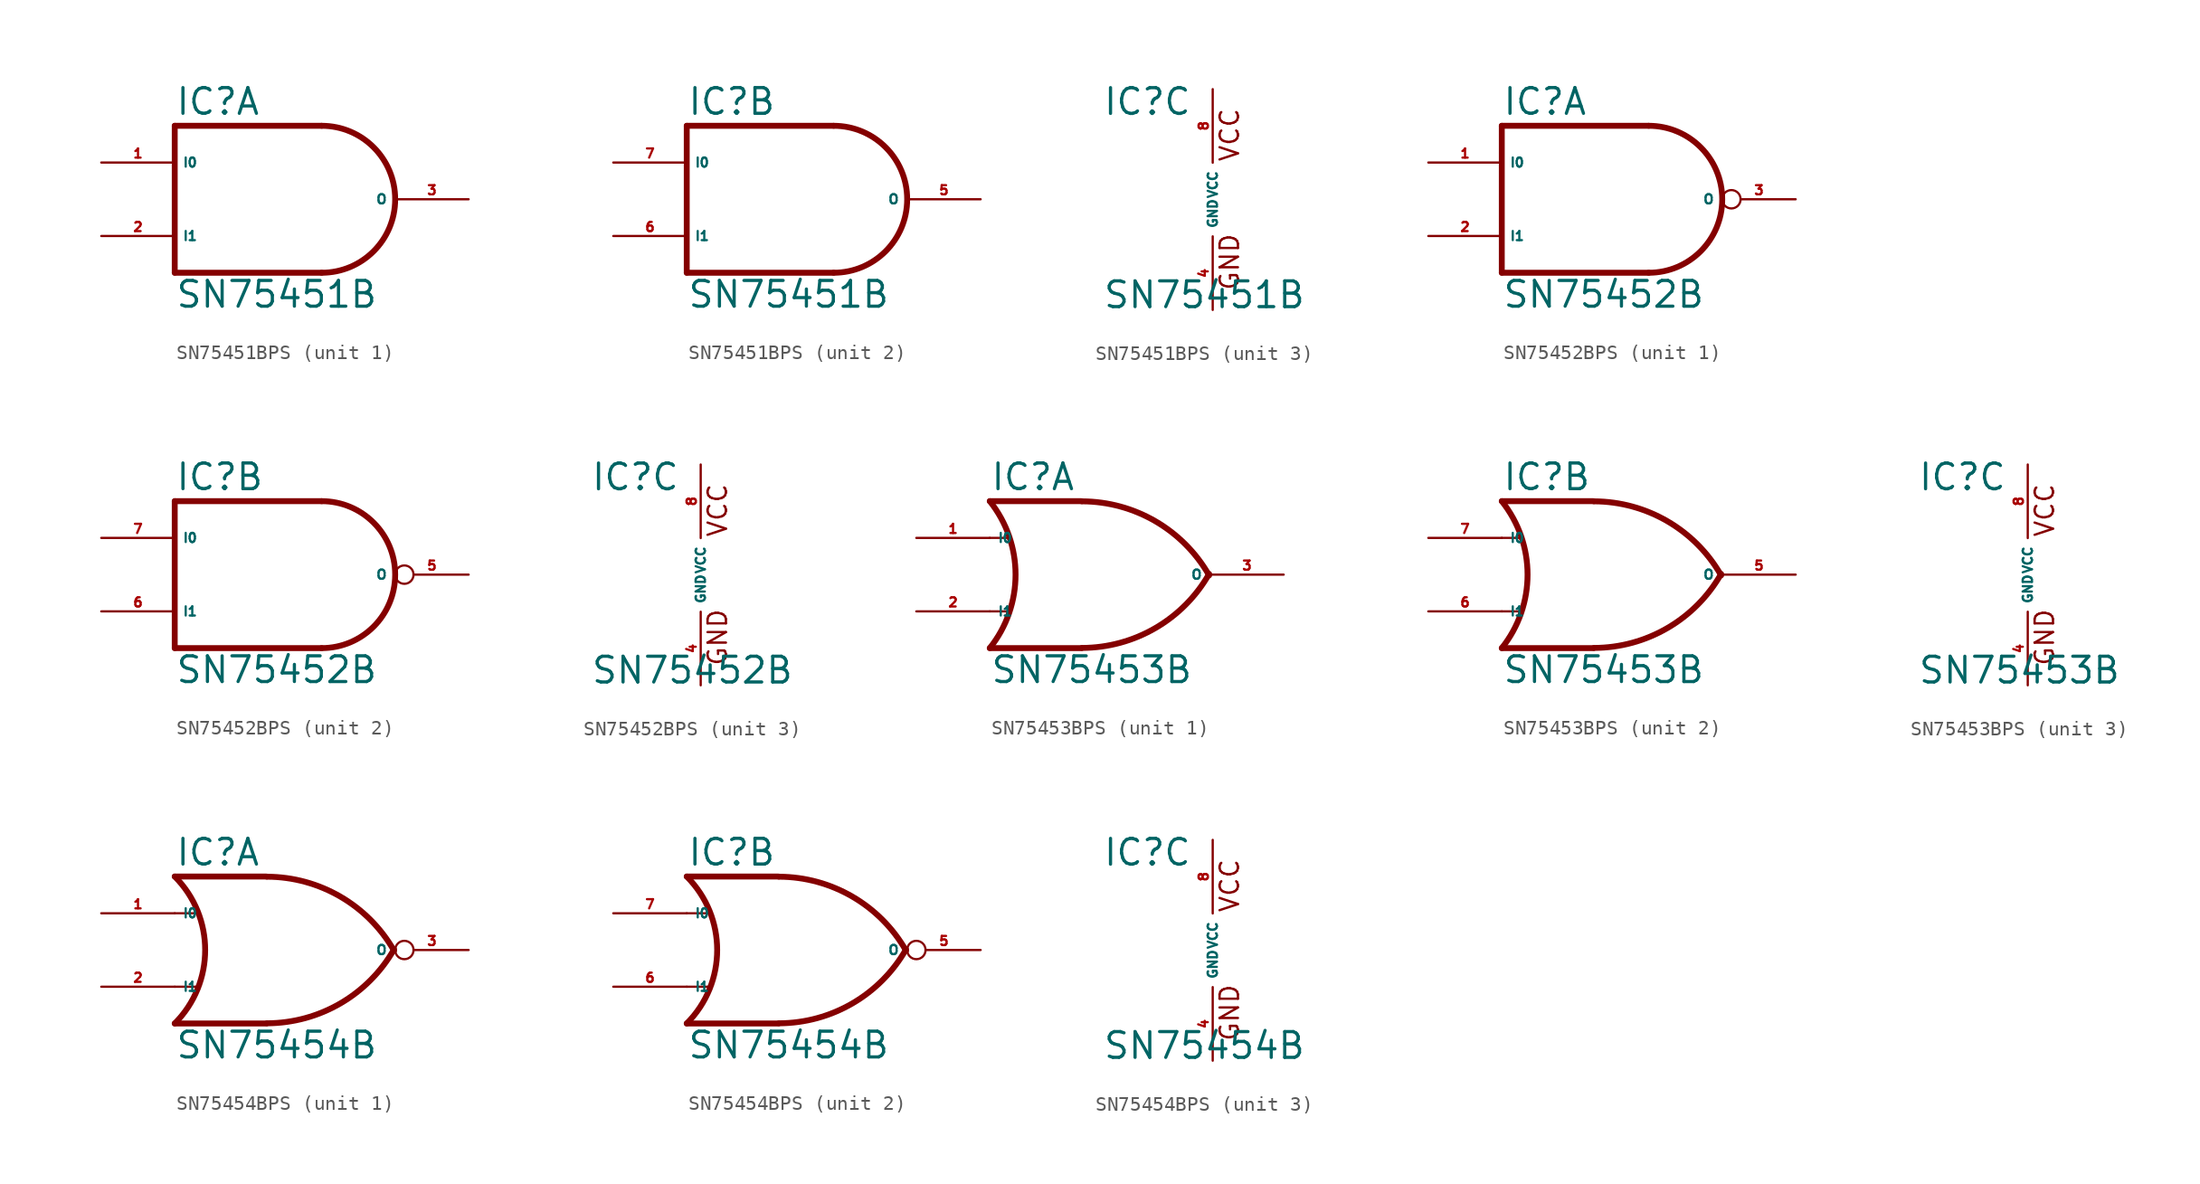
<source format=kicad_sym>
(kicad_symbol_lib
  (version 20220914)
  (generator Eagle2Kicad)
  (symbol "SN75451BPS"
    (property "Reference" "IC"
      (at -7.62 5.715 0)
      (effects (font (size 1.778 1.778) (thickness 0.22)) (justify left bottom)))
    (property "Value" "SN75451B"
      (at -7.62 -7.62 0)
      (effects (font (size 1.778 1.778) (thickness 0.22)) (justify left bottom)))
    (symbol "SN75451BPS_1_0"
      (polyline (pts (xy -7.62 5.08) (xy -7.62 -5.08)) (stroke (width 0.406) (type default)) (fill (type none)))
      (polyline (pts (xy -7.62 -5.08) (xy 2.54 -5.08)) (stroke (width 0.406) (type default)) (fill (type none)))
      (arc (start 2.54 -5.08) (mid 7.620 0.000) (end 2.54 5.08) (stroke (width 0.4064) (type default)) (fill (type none)))
      (polyline (pts (xy 2.54 5.08) (xy -7.62 5.08)) (stroke (width 0.406) (type default)) (fill (type none)))
      (pin input line (at -12.7 2.54 0) (length 5.08) (name "I0" (effects (font (size 0.635 0.635) (thickness 0.08)) (justify left bottom))) (number "1" (effects (font (size 0.635 0.635) (thickness 0.08)) (justify left bottom))))
      (pin input line (at -12.7 -2.54 0) (length 5.08) (name "I1" (effects (font (size 0.635 0.635) (thickness 0.08)) (justify left bottom))) (number "2" (effects (font (size 0.635 0.635) (thickness 0.08)) (justify left bottom))))
      (pin output line (at 12.7 0 180) (length 5.08) (name "O" (effects (font (size 0.635 0.635) (thickness 0.08)) (justify left bottom))) (number "3" (effects (font (size 0.635 0.635) (thickness 0.08)) (justify left bottom)))))
    (symbol "SN75451BPS_2_0"
      (polyline (pts (xy -7.62 5.08) (xy -7.62 -5.08)) (stroke (width 0.406) (type default)) (fill (type none)))
      (polyline (pts (xy -7.62 -5.08) (xy 2.54 -5.08)) (stroke (width 0.406) (type default)) (fill (type none)))
      (arc (start 2.54 -5.08) (mid 7.620 0.000) (end 2.54 5.08) (stroke (width 0.4064) (type default)) (fill (type none)))
      (polyline (pts (xy 2.54 5.08) (xy -7.62 5.08)) (stroke (width 0.406) (type default)) (fill (type none)))
      (pin input line (at -12.7 2.54 0) (length 5.08) (name "I0" (effects (font (size 0.635 0.635) (thickness 0.08)) (justify left bottom))) (number "7" (effects (font (size 0.635 0.635) (thickness 0.08)) (justify left bottom))))
      (pin input line (at -12.7 -2.54 0) (length 5.08) (name "I1" (effects (font (size 0.635 0.635) (thickness 0.08)) (justify left bottom))) (number "6" (effects (font (size 0.635 0.635) (thickness 0.08)) (justify left bottom))))
      (pin output line (at 12.7 0 180) (length 5.08) (name "O" (effects (font (size 0.635 0.635) (thickness 0.08)) (justify left bottom))) (number "5" (effects (font (size 0.635 0.635) (thickness 0.08)) (justify left bottom)))))
    (symbol "SN75451BPS_3_0"
      (text "GND" (at 1.905 -6.35 900) (effects (font (size 1.27 1.27) (thickness 0.16)) (justify left bottom)))
      (text "VCC" (at 1.905 2.54 900) (effects (font (size 1.27 1.27) (thickness 0.16)) (justify left bottom)))
      (pin unspecified line (at 0 -7.62 90) (length 5.08) (name "GND" (effects (font (size 0.635 0.635) (thickness 0.08)) (justify left bottom))) (number "4" (effects (font (size 0.635 0.635) (thickness 0.08)) (justify left bottom))))
      (pin unspecified line (at 0 7.62 270) (length 5.08) (name "VCC" (effects (font (size 0.635 0.635) (thickness 0.08)) (justify left bottom))) (number "8" (effects (font (size 0.635 0.635) (thickness 0.08)) (justify left bottom))))))
  (symbol "SN75452BPS"
    (property "Reference" "IC"
      (at -7.62 5.715 0)
      (effects (font (size 1.778 1.778) (thickness 0.22)) (justify left bottom)))
    (property "Value" "SN75452B"
      (at -7.62 -7.62 0)
      (effects (font (size 1.778 1.778) (thickness 0.22)) (justify left bottom)))
    (symbol "SN75452BPS_1_0"
      (polyline (pts (xy -7.62 5.08) (xy -7.62 -5.08)) (stroke (width 0.406) (type default)) (fill (type none)))
      (polyline (pts (xy -7.62 -5.08) (xy 2.54 -5.08)) (stroke (width 0.406) (type default)) (fill (type none)))
      (polyline (pts (xy 2.54 5.08) (xy -7.62 5.08)) (stroke (width 0.406) (type default)) (fill (type none)))
      (arc (start 2.54 -5.08) (mid 7.620 0.000) (end 2.54 5.08) (stroke (width 0.4064) (type default)) (fill (type none)))
      (pin input line (at -12.7 2.54 0) (length 5.08) (name "I0" (effects (font (size 0.635 0.635) (thickness 0.08)) (justify left bottom))) (number "1" (effects (font (size 0.635 0.635) (thickness 0.08)) (justify left bottom))))
      (pin input line (at -12.7 -2.54 0) (length 5.08) (name "I1" (effects (font (size 0.635 0.635) (thickness 0.08)) (justify left bottom))) (number "2" (effects (font (size 0.635 0.635) (thickness 0.08)) (justify left bottom))))
      (pin output inverted (at 12.7 0 180) (length 5.08) (name "O" (effects (font (size 0.635 0.635) (thickness 0.08)) (justify left bottom))) (number "3" (effects (font (size 0.635 0.635) (thickness 0.08)) (justify left bottom)))))
    (symbol "SN75452BPS_2_0"
      (polyline (pts (xy -7.62 5.08) (xy -7.62 -5.08)) (stroke (width 0.406) (type default)) (fill (type none)))
      (polyline (pts (xy -7.62 -5.08) (xy 2.54 -5.08)) (stroke (width 0.406) (type default)) (fill (type none)))
      (polyline (pts (xy 2.54 5.08) (xy -7.62 5.08)) (stroke (width 0.406) (type default)) (fill (type none)))
      (arc (start 2.54 -5.08) (mid 7.620 0.000) (end 2.54 5.08) (stroke (width 0.4064) (type default)) (fill (type none)))
      (pin input line (at -12.7 2.54 0) (length 5.08) (name "I0" (effects (font (size 0.635 0.635) (thickness 0.08)) (justify left bottom))) (number "7" (effects (font (size 0.635 0.635) (thickness 0.08)) (justify left bottom))))
      (pin input line (at -12.7 -2.54 0) (length 5.08) (name "I1" (effects (font (size 0.635 0.635) (thickness 0.08)) (justify left bottom))) (number "6" (effects (font (size 0.635 0.635) (thickness 0.08)) (justify left bottom))))
      (pin output inverted (at 12.7 0 180) (length 5.08) (name "O" (effects (font (size 0.635 0.635) (thickness 0.08)) (justify left bottom))) (number "5" (effects (font (size 0.635 0.635) (thickness 0.08)) (justify left bottom)))))
    (symbol "SN75452BPS_3_0"
      (text "GND" (at 1.905 -6.35 900) (effects (font (size 1.27 1.27) (thickness 0.16)) (justify left bottom)))
      (text "VCC" (at 1.905 2.54 900) (effects (font (size 1.27 1.27) (thickness 0.16)) (justify left bottom)))
      (pin unspecified line (at 0 -7.62 90) (length 5.08) (name "GND" (effects (font (size 0.635 0.635) (thickness 0.08)) (justify left bottom))) (number "4" (effects (font (size 0.635 0.635) (thickness 0.08)) (justify left bottom))))
      (pin unspecified line (at 0 7.62 270) (length 5.08) (name "VCC" (effects (font (size 0.635 0.635) (thickness 0.08)) (justify left bottom))) (number "8" (effects (font (size 0.635 0.635) (thickness 0.08)) (justify left bottom))))))
  (symbol "SN75453BPS"
    (property "Reference" "IC"
      (at -7.62 5.715 0)
      (effects (font (size 1.778 1.778) (thickness 0.22)) (justify left bottom)))
    (property "Value" "SN75453B"
      (at -7.62 -7.62 0)
      (effects (font (size 1.778 1.778) (thickness 0.22)) (justify left bottom)))
    (symbol "SN75453BPS_1_0"
      (polyline (pts (xy -1.27 5.08) (xy -7.62 5.08)) (stroke (width 0.406) (type default)) (fill (type none)))
      (polyline (pts (xy -1.27 -5.08) (xy -7.62 -5.08)) (stroke (width 0.406) (type default)) (fill (type none)))
      (polyline (pts (xy -7.62 2.54) (xy -6.35 2.54)) (stroke (width 0.152) (type default)) (fill (type none)))
      (polyline (pts (xy -7.62 -2.54) (xy -6.35 -2.54)) (stroke (width 0.152) (type default)) (fill (type none)))
      (arc (start -1.2446 -5.0678) (mid 3.837 -3.689) (end 7.5439 0.0507) (stroke (width 0.4064) (type default)) (fill (type none)))
      (arc (start 7.5442 -0.0505) (mid 3.837 3.689) (end -1.2446 5.0678) (stroke (width 0.4064) (type default)) (fill (type none)))
      (arc (start -7.62 -5.08) (mid -5.838 0.000) (end -7.62 5.08) (stroke (width 0.4064) (type default)) (fill (type none)))
      (pin input line (at -12.7 2.54 0) (length 5.08) (name "I0" (effects (font (size 0.635 0.635) (thickness 0.08)) (justify left bottom))) (number "1" (effects (font (size 0.635 0.635) (thickness 0.08)) (justify left bottom))))
      (pin input line (at -12.7 -2.54 0) (length 5.08) (name "I1" (effects (font (size 0.635 0.635) (thickness 0.08)) (justify left bottom))) (number "2" (effects (font (size 0.635 0.635) (thickness 0.08)) (justify left bottom))))
      (pin output line (at 12.7 0 180) (length 5.08) (name "O" (effects (font (size 0.635 0.635) (thickness 0.08)) (justify left bottom))) (number "3" (effects (font (size 0.635 0.635) (thickness 0.08)) (justify left bottom)))))
    (symbol "SN75453BPS_2_0"
      (polyline (pts (xy -1.27 5.08) (xy -7.62 5.08)) (stroke (width 0.406) (type default)) (fill (type none)))
      (polyline (pts (xy -1.27 -5.08) (xy -7.62 -5.08)) (stroke (width 0.406) (type default)) (fill (type none)))
      (polyline (pts (xy -7.62 2.54) (xy -6.35 2.54)) (stroke (width 0.152) (type default)) (fill (type none)))
      (polyline (pts (xy -7.62 -2.54) (xy -6.35 -2.54)) (stroke (width 0.152) (type default)) (fill (type none)))
      (arc (start -1.2446 -5.0678) (mid 3.837 -3.689) (end 7.5439 0.0507) (stroke (width 0.4064) (type default)) (fill (type none)))
      (arc (start 7.5442 -0.0505) (mid 3.837 3.689) (end -1.2446 5.0678) (stroke (width 0.4064) (type default)) (fill (type none)))
      (arc (start -7.62 -5.08) (mid -5.838 0.000) (end -7.62 5.08) (stroke (width 0.4064) (type default)) (fill (type none)))
      (pin input line (at -12.7 2.54 0) (length 5.08) (name "I0" (effects (font (size 0.635 0.635) (thickness 0.08)) (justify left bottom))) (number "7" (effects (font (size 0.635 0.635) (thickness 0.08)) (justify left bottom))))
      (pin input line (at -12.7 -2.54 0) (length 5.08) (name "I1" (effects (font (size 0.635 0.635) (thickness 0.08)) (justify left bottom))) (number "6" (effects (font (size 0.635 0.635) (thickness 0.08)) (justify left bottom))))
      (pin output line (at 12.7 0 180) (length 5.08) (name "O" (effects (font (size 0.635 0.635) (thickness 0.08)) (justify left bottom))) (number "5" (effects (font (size 0.635 0.635) (thickness 0.08)) (justify left bottom)))))
    (symbol "SN75453BPS_3_0"
      (text "GND" (at 1.905 -6.35 900) (effects (font (size 1.27 1.27) (thickness 0.16)) (justify left bottom)))
      (text "VCC" (at 1.905 2.54 900) (effects (font (size 1.27 1.27) (thickness 0.16)) (justify left bottom)))
      (pin unspecified line (at 0 -7.62 90) (length 5.08) (name "GND" (effects (font (size 0.635 0.635) (thickness 0.08)) (justify left bottom))) (number "4" (effects (font (size 0.635 0.635) (thickness 0.08)) (justify left bottom))))
      (pin unspecified line (at 0 7.62 270) (length 5.08) (name "VCC" (effects (font (size 0.635 0.635) (thickness 0.08)) (justify left bottom))) (number "8" (effects (font (size 0.635 0.635) (thickness 0.08)) (justify left bottom))))))
  (symbol "SN75454BPS"
    (property "Reference" "IC"
      (at -7.62 5.715 0)
      (effects (font (size 1.778 1.778) (thickness 0.22)) (justify left bottom)))
    (property "Value" "SN75454B"
      (at -7.62 -7.62 0)
      (effects (font (size 1.778 1.778) (thickness 0.22)) (justify left bottom)))
    (symbol "SN75454BPS_1_0"
      (polyline (pts (xy -1.27 5.08) (xy -7.62 5.08)) (stroke (width 0.406) (type default)) (fill (type none)))
      (polyline (pts (xy -1.27 -5.08) (xy -7.62 -5.08)) (stroke (width 0.406) (type default)) (fill (type none)))
      (polyline (pts (xy -7.62 2.54) (xy -6.096 2.54)) (stroke (width 0.152) (type default)) (fill (type none)))
      (polyline (pts (xy -7.62 -2.54) (xy -6.096 -2.54)) (stroke (width 0.152) (type default)) (fill (type none)))
      (arc (start -1.2446 -5.0678) (mid 3.837 -3.689) (end 7.5439 0.0507) (stroke (width 0.4064) (type default)) (fill (type none)))
      (arc (start 7.5442 -0.0505) (mid 3.837 3.689) (end -1.2446 5.0678) (stroke (width 0.4064) (type default)) (fill (type none)))
      (arc (start -7.62 -5.08) (mid -5.516 0.000) (end -7.62 5.08) (stroke (width 0.4064) (type default)) (fill (type none)))
      (pin output inverted (at 12.7 0 180) (length 5.08) (name "O" (effects (font (size 0.635 0.635) (thickness 0.08)) (justify left bottom))) (number "3" (effects (font (size 0.635 0.635) (thickness 0.08)) (justify left bottom))))
      (pin input line (at -12.7 2.54 0) (length 5.08) (name "I0" (effects (font (size 0.635 0.635) (thickness 0.08)) (justify left bottom))) (number "1" (effects (font (size 0.635 0.635) (thickness 0.08)) (justify left bottom))))
      (pin input line (at -12.7 -2.54 0) (length 5.08) (name "I1" (effects (font (size 0.635 0.635) (thickness 0.08)) (justify left bottom))) (number "2" (effects (font (size 0.635 0.635) (thickness 0.08)) (justify left bottom)))))
    (symbol "SN75454BPS_2_0"
      (polyline (pts (xy -1.27 5.08) (xy -7.62 5.08)) (stroke (width 0.406) (type default)) (fill (type none)))
      (polyline (pts (xy -1.27 -5.08) (xy -7.62 -5.08)) (stroke (width 0.406) (type default)) (fill (type none)))
      (polyline (pts (xy -7.62 2.54) (xy -6.096 2.54)) (stroke (width 0.152) (type default)) (fill (type none)))
      (polyline (pts (xy -7.62 -2.54) (xy -6.096 -2.54)) (stroke (width 0.152) (type default)) (fill (type none)))
      (arc (start -1.2446 -5.0678) (mid 3.837 -3.689) (end 7.5439 0.0507) (stroke (width 0.4064) (type default)) (fill (type none)))
      (arc (start 7.5442 -0.0505) (mid 3.837 3.689) (end -1.2446 5.0678) (stroke (width 0.4064) (type default)) (fill (type none)))
      (arc (start -7.62 -5.08) (mid -5.516 0.000) (end -7.62 5.08) (stroke (width 0.4064) (type default)) (fill (type none)))
      (pin output inverted (at 12.7 0 180) (length 5.08) (name "O" (effects (font (size 0.635 0.635) (thickness 0.08)) (justify left bottom))) (number "5" (effects (font (size 0.635 0.635) (thickness 0.08)) (justify left bottom))))
      (pin input line (at -12.7 2.54 0) (length 5.08) (name "I0" (effects (font (size 0.635 0.635) (thickness 0.08)) (justify left bottom))) (number "7" (effects (font (size 0.635 0.635) (thickness 0.08)) (justify left bottom))))
      (pin input line (at -12.7 -2.54 0) (length 5.08) (name "I1" (effects (font (size 0.635 0.635) (thickness 0.08)) (justify left bottom))) (number "6" (effects (font (size 0.635 0.635) (thickness 0.08)) (justify left bottom)))))
    (symbol "SN75454BPS_3_0"
      (text "GND" (at 1.905 -6.35 900) (effects (font (size 1.27 1.27) (thickness 0.16)) (justify left bottom)))
      (text "VCC" (at 1.905 2.54 900) (effects (font (size 1.27 1.27) (thickness 0.16)) (justify left bottom)))
      (pin unspecified line (at 0 -7.62 90) (length 5.08) (name "GND" (effects (font (size 0.635 0.635) (thickness 0.08)) (justify left bottom))) (number "4" (effects (font (size 0.635 0.635) (thickness 0.08)) (justify left bottom))))
      (pin unspecified line (at 0 7.62 270) (length 5.08) (name "VCC" (effects (font (size 0.635 0.635) (thickness 0.08)) (justify left bottom))) (number "8" (effects (font (size 0.635 0.635) (thickness 0.08)) (justify left bottom)))))))
</source>
